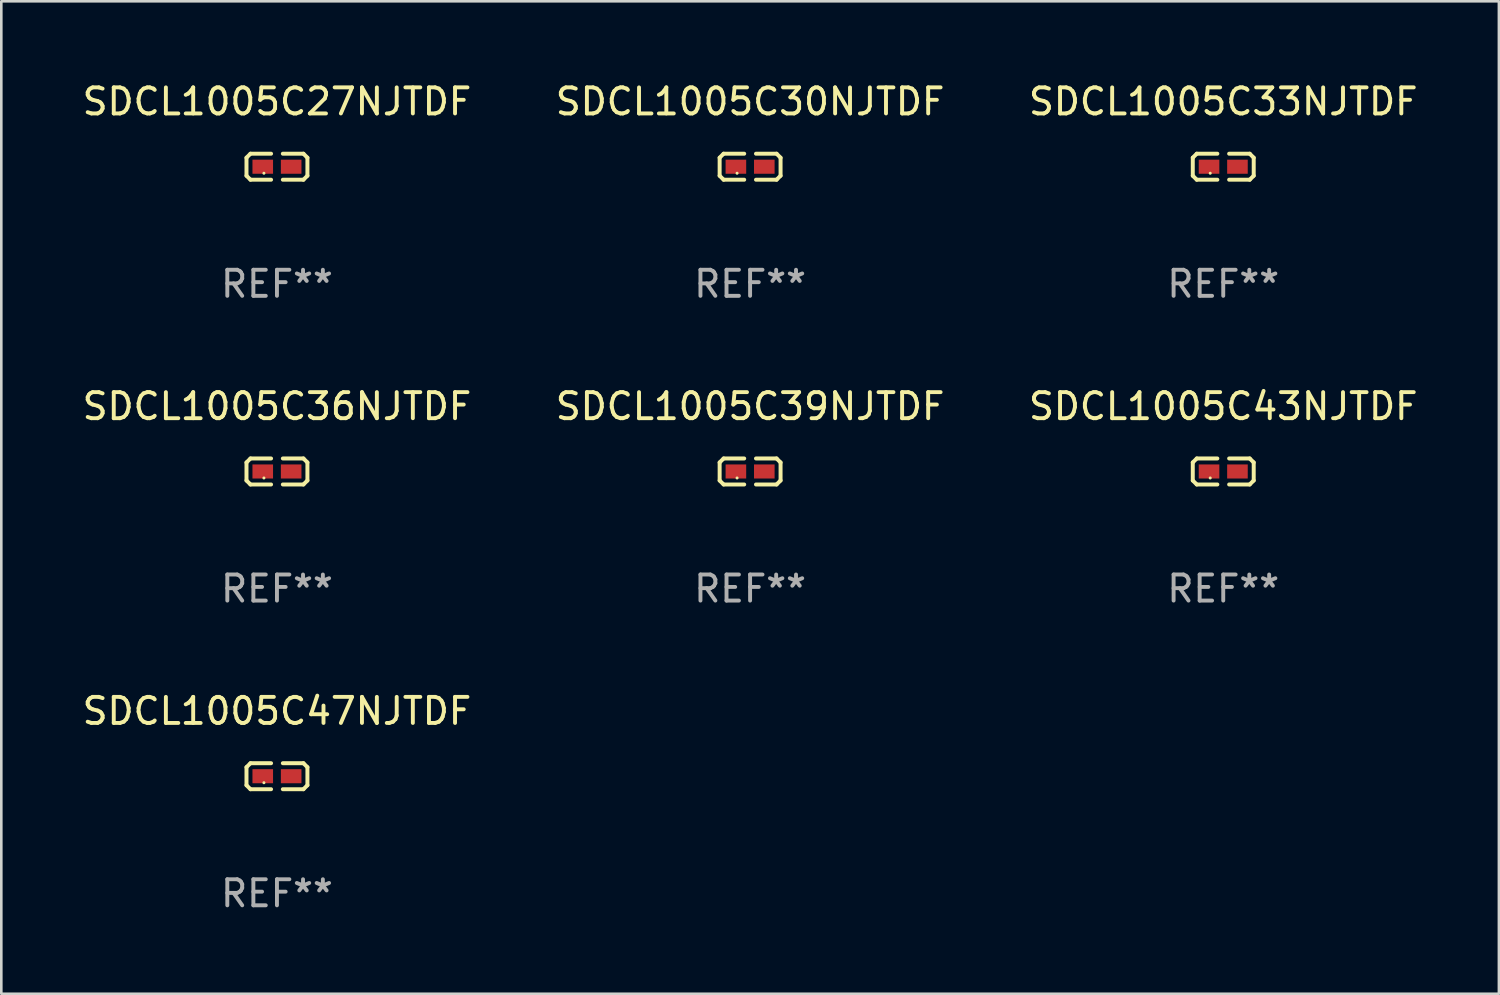
<source format=kicad_pcb>
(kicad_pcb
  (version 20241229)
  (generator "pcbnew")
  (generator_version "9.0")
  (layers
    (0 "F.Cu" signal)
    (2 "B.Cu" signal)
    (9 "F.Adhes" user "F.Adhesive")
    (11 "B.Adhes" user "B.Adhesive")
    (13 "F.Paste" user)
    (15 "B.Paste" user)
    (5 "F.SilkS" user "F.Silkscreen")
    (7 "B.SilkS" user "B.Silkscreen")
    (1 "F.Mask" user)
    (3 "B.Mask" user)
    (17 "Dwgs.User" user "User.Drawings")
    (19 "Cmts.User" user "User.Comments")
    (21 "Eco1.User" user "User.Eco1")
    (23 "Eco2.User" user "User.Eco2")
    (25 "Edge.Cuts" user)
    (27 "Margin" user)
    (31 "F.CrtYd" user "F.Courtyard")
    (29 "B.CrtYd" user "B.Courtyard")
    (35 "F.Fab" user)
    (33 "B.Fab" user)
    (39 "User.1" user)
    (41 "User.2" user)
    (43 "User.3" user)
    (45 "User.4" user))
  (footprint "SDCL1005C30NJTDF"
    (layer "F.Cu")
    (at 25.732 3.347)
    (property "Reference" "SDCL1005C30NJTDF" (at 0 -2.499 0) (layer "F.SilkS") (effects (font (size 1 1) (thickness 0.15))))
    (attr through_hole)
    (fp_line (start -1.169 -0.346) (end -1.016 -0.499) (stroke (width 0.152) (type solid)) (layer "F.SilkS"))
    (fp_line (start -1.169 0.346) (end -1.169 -0.346) (stroke (width 0.152) (type solid)) (layer "F.SilkS"))
    (fp_line (start -1.016 -0.499) (end -0.226 -0.499) (stroke (width 0.152) (type solid)) (layer "F.SilkS"))
    (fp_line (start -1.016 0.499) (end -1.169 0.346) (stroke (width 0.152) (type solid)) (layer "F.SilkS"))
    (fp_line (start -0.226 0.499) (end -1.016 0.499) (stroke (width 0.152) (type solid)) (layer "F.SilkS"))
    (fp_line (start 0.226 0.499) (end 1.016 0.499) (stroke (width 0.152) (type solid)) (layer "F.SilkS"))
    (fp_line (start 1.016 -0.499) (end 0.226 -0.499) (stroke (width 0.152) (type solid)) (layer "F.SilkS"))
    (fp_line (start 1.016 0.499) (end 1.169 0.346) (stroke (width 0.152) (type solid)) (layer "F.SilkS"))
    (fp_line (start 1.169 -0.346) (end 1.016 -0.499) (stroke (width 0.152) (type solid)) (layer "F.SilkS"))
    (fp_line (start 1.169 0.346) (end 1.169 -0.346) (stroke (width 0.152) (type solid)) (layer "F.SilkS"))
    (fp_circle (center -0.5 0.25) (end -0.47 0.25) (stroke (width 0.06) (type solid)) (fill no) (layer "F.SilkS"))
    (fp_text user "REF**" (at 0 4.499 0) (layer "F.Fab") (effects (font (size 1 1) (thickness 0.15))))
    (pad "1" smd rect (at -0.545 0) (size 0.79 0.54) (layers "F.Cu" "F.Mask" "F.Paste"))
    (pad "2" smd rect (at 0.545 0) (size 0.79 0.54) (layers "F.Cu" "F.Mask" "F.Paste")))
  (footprint "SDCL1005C47NJTDF"
    (layer "F.Cu")
    (at 7.577 26.734)
    (property "Reference" "SDCL1005C47NJTDF" (at 0 -2.499 0) (layer "F.SilkS") (effects (font (size 1 1) (thickness 0.15))))
    (attr through_hole)
    (fp_line (start -1.169 -0.346) (end -1.016 -0.499) (stroke (width 0.152) (type solid)) (layer "F.SilkS"))
    (fp_line (start -1.169 0.346) (end -1.169 -0.346) (stroke (width 0.152) (type solid)) (layer "F.SilkS"))
    (fp_line (start -1.016 -0.499) (end -0.226 -0.499) (stroke (width 0.152) (type solid)) (layer "F.SilkS"))
    (fp_line (start -1.016 0.499) (end -1.169 0.346) (stroke (width 0.152) (type solid)) (layer "F.SilkS"))
    (fp_line (start -0.226 0.499) (end -1.016 0.499) (stroke (width 0.152) (type solid)) (layer "F.SilkS"))
    (fp_line (start 0.226 0.499) (end 1.016 0.499) (stroke (width 0.152) (type solid)) (layer "F.SilkS"))
    (fp_line (start 1.016 -0.499) (end 0.226 -0.499) (stroke (width 0.152) (type solid)) (layer "F.SilkS"))
    (fp_line (start 1.016 0.499) (end 1.169 0.346) (stroke (width 0.152) (type solid)) (layer "F.SilkS"))
    (fp_line (start 1.169 -0.346) (end 1.016 -0.499) (stroke (width 0.152) (type solid)) (layer "F.SilkS"))
    (fp_line (start 1.169 0.346) (end 1.169 -0.346) (stroke (width 0.152) (type solid)) (layer "F.SilkS"))
    (fp_circle (center -0.5 0.25) (end -0.47 0.25) (stroke (width 0.06) (type solid)) (fill no) (layer "F.SilkS"))
    (fp_text user "REF**" (at 0 4.499 0) (layer "F.Fab") (effects (font (size 1 1) (thickness 0.15))))
    (pad "1" smd rect (at -0.545 0) (size 0.79 0.54) (layers "F.Cu" "F.Mask" "F.Paste"))
    (pad "2" smd rect (at 0.545 0) (size 0.79 0.54) (layers "F.Cu" "F.Mask" "F.Paste")))
  (footprint "SDCL1005C33NJTDF"
    (layer "F.Cu")
    (at 43.887 3.347)
    (property "Reference" "SDCL1005C33NJTDF" (at 0 -2.499 0) (layer "F.SilkS") (effects (font (size 1 1) (thickness 0.15))))
    (attr through_hole)
    (fp_line (start -1.169 -0.346) (end -1.016 -0.499) (stroke (width 0.152) (type solid)) (layer "F.SilkS"))
    (fp_line (start -1.169 0.346) (end -1.169 -0.346) (stroke (width 0.152) (type solid)) (layer "F.SilkS"))
    (fp_line (start -1.016 -0.499) (end -0.226 -0.499) (stroke (width 0.152) (type solid)) (layer "F.SilkS"))
    (fp_line (start -1.016 0.499) (end -1.169 0.346) (stroke (width 0.152) (type solid)) (layer "F.SilkS"))
    (fp_line (start -0.226 0.499) (end -1.016 0.499) (stroke (width 0.152) (type solid)) (layer "F.SilkS"))
    (fp_line (start 0.226 0.499) (end 1.016 0.499) (stroke (width 0.152) (type solid)) (layer "F.SilkS"))
    (fp_line (start 1.016 -0.499) (end 0.226 -0.499) (stroke (width 0.152) (type solid)) (layer "F.SilkS"))
    (fp_line (start 1.016 0.499) (end 1.169 0.346) (stroke (width 0.152) (type solid)) (layer "F.SilkS"))
    (fp_line (start 1.169 -0.346) (end 1.016 -0.499) (stroke (width 0.152) (type solid)) (layer "F.SilkS"))
    (fp_line (start 1.169 0.346) (end 1.169 -0.346) (stroke (width 0.152) (type solid)) (layer "F.SilkS"))
    (fp_circle (center -0.5 0.25) (end -0.47 0.25) (stroke (width 0.06) (type solid)) (fill no) (layer "F.SilkS"))
    (fp_text user "REF**" (at 0 4.499 0) (layer "F.Fab") (effects (font (size 1 1) (thickness 0.15))))
    (pad "1" smd rect (at -0.545 0) (size 0.79 0.54) (layers "F.Cu" "F.Mask" "F.Paste"))
    (pad "2" smd rect (at 0.545 0) (size 0.79 0.54) (layers "F.Cu" "F.Mask" "F.Paste")))
  (footprint "SDCL1005C36NJTDF"
    (layer "F.Cu")
    (at 7.577 15.041)
    (property "Reference" "SDCL1005C36NJTDF" (at 0 -2.499 0) (layer "F.SilkS") (effects (font (size 1 1) (thickness 0.15))))
    (attr through_hole)
    (fp_line (start -1.169 -0.346) (end -1.016 -0.499) (stroke (width 0.152) (type solid)) (layer "F.SilkS"))
    (fp_line (start -1.169 0.346) (end -1.169 -0.346) (stroke (width 0.152) (type solid)) (layer "F.SilkS"))
    (fp_line (start -1.016 -0.499) (end -0.226 -0.499) (stroke (width 0.152) (type solid)) (layer "F.SilkS"))
    (fp_line (start -1.016 0.499) (end -1.169 0.346) (stroke (width 0.152) (type solid)) (layer "F.SilkS"))
    (fp_line (start -0.226 0.499) (end -1.016 0.499) (stroke (width 0.152) (type solid)) (layer "F.SilkS"))
    (fp_line (start 0.226 0.499) (end 1.016 0.499) (stroke (width 0.152) (type solid)) (layer "F.SilkS"))
    (fp_line (start 1.016 -0.499) (end 0.226 -0.499) (stroke (width 0.152) (type solid)) (layer "F.SilkS"))
    (fp_line (start 1.016 0.499) (end 1.169 0.346) (stroke (width 0.152) (type solid)) (layer "F.SilkS"))
    (fp_line (start 1.169 -0.346) (end 1.016 -0.499) (stroke (width 0.152) (type solid)) (layer "F.SilkS"))
    (fp_line (start 1.169 0.346) (end 1.169 -0.346) (stroke (width 0.152) (type solid)) (layer "F.SilkS"))
    (fp_circle (center -0.5 0.25) (end -0.47 0.25) (stroke (width 0.06) (type solid)) (fill no) (layer "F.SilkS"))
    (fp_text user "REF**" (at 0 4.499 0) (layer "F.Fab") (effects (font (size 1 1) (thickness 0.15))))
    (pad "1" smd rect (at -0.545 0) (size 0.79 0.54) (layers "F.Cu" "F.Mask" "F.Paste"))
    (pad "2" smd rect (at 0.545 0) (size 0.79 0.54) (layers "F.Cu" "F.Mask" "F.Paste")))
  (footprint "SDCL1005C27NJTDF"
    (layer "F.Cu")
    (at 7.577 3.347)
    (property "Reference" "SDCL1005C27NJTDF" (at 0 -2.499 0) (layer "F.SilkS") (effects (font (size 1 1) (thickness 0.15))))
    (attr through_hole)
    (fp_line (start -1.169 -0.346) (end -1.016 -0.499) (stroke (width 0.152) (type solid)) (layer "F.SilkS"))
    (fp_line (start -1.169 0.346) (end -1.169 -0.346) (stroke (width 0.152) (type solid)) (layer "F.SilkS"))
    (fp_line (start -1.016 -0.499) (end -0.226 -0.499) (stroke (width 0.152) (type solid)) (layer "F.SilkS"))
    (fp_line (start -1.016 0.499) (end -1.169 0.346) (stroke (width 0.152) (type solid)) (layer "F.SilkS"))
    (fp_line (start -0.226 0.499) (end -1.016 0.499) (stroke (width 0.152) (type solid)) (layer "F.SilkS"))
    (fp_line (start 0.226 0.499) (end 1.016 0.499) (stroke (width 0.152) (type solid)) (layer "F.SilkS"))
    (fp_line (start 1.016 -0.499) (end 0.226 -0.499) (stroke (width 0.152) (type solid)) (layer "F.SilkS"))
    (fp_line (start 1.016 0.499) (end 1.169 0.346) (stroke (width 0.152) (type solid)) (layer "F.SilkS"))
    (fp_line (start 1.169 -0.346) (end 1.016 -0.499) (stroke (width 0.152) (type solid)) (layer "F.SilkS"))
    (fp_line (start 1.169 0.346) (end 1.169 -0.346) (stroke (width 0.152) (type solid)) (layer "F.SilkS"))
    (fp_circle (center -0.5 0.25) (end -0.47 0.25) (stroke (width 0.06) (type solid)) (fill no) (layer "F.SilkS"))
    (fp_text user "REF**" (at 0 4.499 0) (layer "F.Fab") (effects (font (size 1 1) (thickness 0.15))))
    (pad "1" smd rect (at -0.545 0) (size 0.79 0.54) (layers "F.Cu" "F.Mask" "F.Paste"))
    (pad "2" smd rect (at 0.545 0) (size 0.79 0.54) (layers "F.Cu" "F.Mask" "F.Paste")))
  (footprint "SDCL1005C43NJTDF"
    (layer "F.Cu")
    (at 43.887 15.041)
    (property "Reference" "SDCL1005C43NJTDF" (at 0 -2.499 0) (layer "F.SilkS") (effects (font (size 1 1) (thickness 0.15))))
    (attr through_hole)
    (fp_line (start -1.169 -0.346) (end -1.016 -0.499) (stroke (width 0.152) (type solid)) (layer "F.SilkS"))
    (fp_line (start -1.169 0.346) (end -1.169 -0.346) (stroke (width 0.152) (type solid)) (layer "F.SilkS"))
    (fp_line (start -1.016 -0.499) (end -0.226 -0.499) (stroke (width 0.152) (type solid)) (layer "F.SilkS"))
    (fp_line (start -1.016 0.499) (end -1.169 0.346) (stroke (width 0.152) (type solid)) (layer "F.SilkS"))
    (fp_line (start -0.226 0.499) (end -1.016 0.499) (stroke (width 0.152) (type solid)) (layer "F.SilkS"))
    (fp_line (start 0.226 0.499) (end 1.016 0.499) (stroke (width 0.152) (type solid)) (layer "F.SilkS"))
    (fp_line (start 1.016 -0.499) (end 0.226 -0.499) (stroke (width 0.152) (type solid)) (layer "F.SilkS"))
    (fp_line (start 1.016 0.499) (end 1.169 0.346) (stroke (width 0.152) (type solid)) (layer "F.SilkS"))
    (fp_line (start 1.169 -0.346) (end 1.016 -0.499) (stroke (width 0.152) (type solid)) (layer "F.SilkS"))
    (fp_line (start 1.169 0.346) (end 1.169 -0.346) (stroke (width 0.152) (type solid)) (layer "F.SilkS"))
    (fp_circle (center -0.5 0.25) (end -0.47 0.25) (stroke (width 0.06) (type solid)) (fill no) (layer "F.SilkS"))
    (fp_text user "REF**" (at 0 4.499 0) (layer "F.Fab") (effects (font (size 1 1) (thickness 0.15))))
    (pad "1" smd rect (at -0.545 0) (size 0.79 0.54) (layers "F.Cu" "F.Mask" "F.Paste"))
    (pad "2" smd rect (at 0.545 0) (size 0.79 0.54) (layers "F.Cu" "F.Mask" "F.Paste")))
  (footprint "SDCL1005C39NJTDF"
    (layer "F.Cu")
    (at 25.732 15.041)
    (property "Reference" "SDCL1005C39NJTDF" (at 0 -2.499 0) (layer "F.SilkS") (effects (font (size 1 1) (thickness 0.15))))
    (attr through_hole)
    (fp_line (start -1.169 -0.346) (end -1.016 -0.499) (stroke (width 0.152) (type solid)) (layer "F.SilkS"))
    (fp_line (start -1.169 0.346) (end -1.169 -0.346) (stroke (width 0.152) (type solid)) (layer "F.SilkS"))
    (fp_line (start -1.016 -0.499) (end -0.226 -0.499) (stroke (width 0.152) (type solid)) (layer "F.SilkS"))
    (fp_line (start -1.016 0.499) (end -1.169 0.346) (stroke (width 0.152) (type solid)) (layer "F.SilkS"))
    (fp_line (start -0.226 0.499) (end -1.016 0.499) (stroke (width 0.152) (type solid)) (layer "F.SilkS"))
    (fp_line (start 0.226 0.499) (end 1.016 0.499) (stroke (width 0.152) (type solid)) (layer "F.SilkS"))
    (fp_line (start 1.016 -0.499) (end 0.226 -0.499) (stroke (width 0.152) (type solid)) (layer "F.SilkS"))
    (fp_line (start 1.016 0.499) (end 1.169 0.346) (stroke (width 0.152) (type solid)) (layer "F.SilkS"))
    (fp_line (start 1.169 -0.346) (end 1.016 -0.499) (stroke (width 0.152) (type solid)) (layer "F.SilkS"))
    (fp_line (start 1.169 0.346) (end 1.169 -0.346) (stroke (width 0.152) (type solid)) (layer "F.SilkS"))
    (fp_circle (center -0.5 0.25) (end -0.47 0.25) (stroke (width 0.06) (type solid)) (fill no) (layer "F.SilkS"))
    (fp_text user "REF**" (at 0 4.499 0) (layer "F.Fab") (effects (font (size 1 1) (thickness 0.15))))
    (pad "1" smd rect (at -0.545 0) (size 0.79 0.54) (layers "F.Cu" "F.Mask" "F.Paste"))
    (pad "2" smd rect (at 0.545 0) (size 0.79 0.54) (layers "F.Cu" "F.Mask" "F.Paste")))
  (gr_rect
    (start -3 -3)
    (end 54.464 35.081)
    (stroke (width 0.1) (type default))
    (fill no)
    (layer "Edge.Cuts")))
</source>
